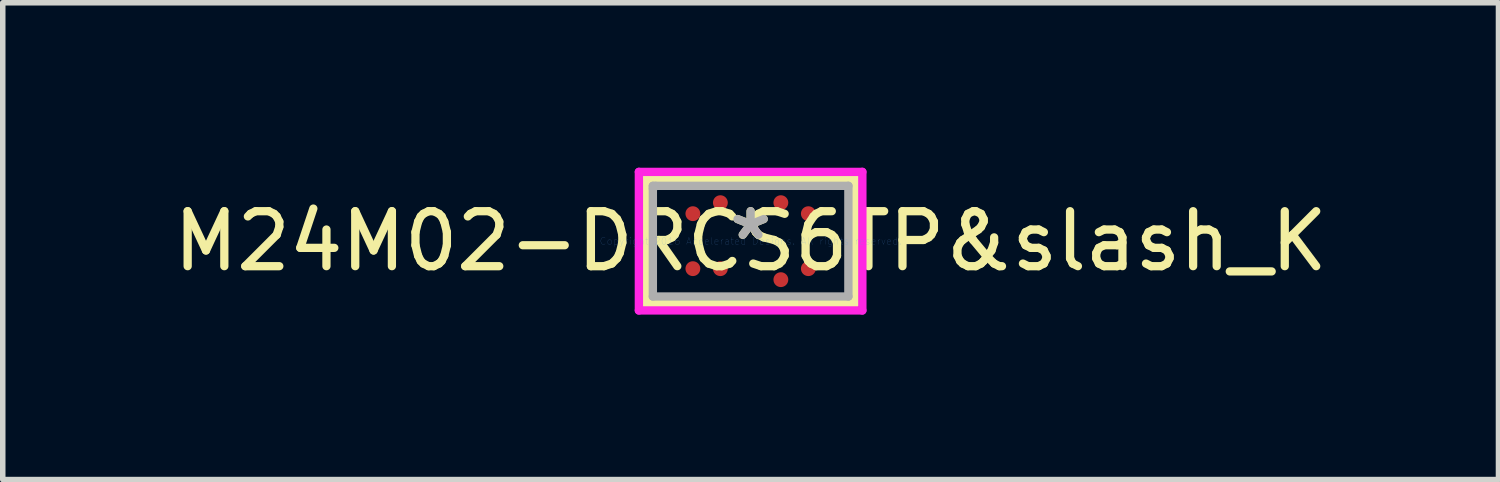
<source format=kicad_pcb>
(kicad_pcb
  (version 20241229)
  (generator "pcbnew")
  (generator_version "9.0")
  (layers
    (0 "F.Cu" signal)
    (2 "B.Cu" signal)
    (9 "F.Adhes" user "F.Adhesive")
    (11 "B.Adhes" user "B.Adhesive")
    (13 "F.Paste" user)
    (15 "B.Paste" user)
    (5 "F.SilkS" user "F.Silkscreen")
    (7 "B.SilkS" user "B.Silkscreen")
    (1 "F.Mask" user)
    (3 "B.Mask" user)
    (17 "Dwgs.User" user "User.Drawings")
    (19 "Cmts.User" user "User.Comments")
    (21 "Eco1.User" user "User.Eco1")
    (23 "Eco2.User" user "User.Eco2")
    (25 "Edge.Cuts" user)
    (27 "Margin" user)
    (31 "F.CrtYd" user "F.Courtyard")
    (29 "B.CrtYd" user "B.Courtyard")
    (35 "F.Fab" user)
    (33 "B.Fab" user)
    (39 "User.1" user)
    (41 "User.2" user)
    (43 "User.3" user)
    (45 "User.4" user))
  (footprint "M24M02-DRCS6TP&slash_K"
    (layer "F.Cu")
    (at 10.601 1.336)
    (property "Reference" "M24M02-DRCS6TP&slash_K" (at 0 0 0) (layer "F.SilkS") (effects (font (size 1 1) (thickness 0.15))))
    (attr through_hole)
    (fp_line (start -1.905 -1.133) (end -1.905 1.133) (stroke (width 0.152) (type solid)) (layer "F.SilkS"))
    (fp_line (start -1.905 1.133) (end 1.905 1.133) (stroke (width 0.152) (type solid)) (layer "F.SilkS"))
    (fp_line (start 1.905 -1.133) (end -1.905 -1.133) (stroke (width 0.152) (type solid)) (layer "F.SilkS"))
    (fp_line (start 1.905 1.133) (end 1.905 -1.133) (stroke (width 0.152) (type solid)) (layer "F.SilkS"))
    (fp_line (start -2.032 -1.26) (end 2.032 -1.26) (stroke (width 0.152) (type solid)) (layer "F.CrtYd"))
    (fp_line (start -2.032 1.26) (end -2.032 -1.26) (stroke (width 0.152) (type solid)) (layer "F.CrtYd"))
    (fp_line (start 2.032 -1.26) (end 2.032 1.26) (stroke (width 0.152) (type solid)) (layer "F.CrtYd"))
    (fp_line (start 2.032 1.26) (end -2.032 1.26) (stroke (width 0.152) (type solid)) (layer "F.CrtYd"))
    (fp_line (start -1.778 -1.006) (end -1.778 1.006) (stroke (width 0.152) (type solid)) (layer "F.Fab"))
    (fp_line (start -1.778 1.006) (end 1.778 1.006) (stroke (width 0.152) (type solid)) (layer "F.Fab"))
    (fp_line (start -1.728 -1.006) (end -1.778 -0.956) (stroke (width 0.152) (type solid)) (layer "F.Fab"))
    (fp_line (start 1.778 -1.006) (end -1.778 -1.006) (stroke (width 0.152) (type solid)) (layer "F.Fab"))
    (fp_line (start 1.778 1.006) (end 1.778 -1.006) (stroke (width 0.152) (type solid)) (layer "F.Fab"))
    (fp_text user "*" (at 0 0 0) (layer "F.SilkS") (effects (font (size 1 1) (thickness 0.15))))
    (fp_text user "Copyright 2016 Accelerated Designs. All rights reserved." (at 0 0 0) (layer "Cmts.User") (effects (font (size 0.127 0.127) (thickness 0.002))))
    (fp_text user "*" (at 0 0 0) (layer "F.Fab") (effects (font (size 1 1) (thickness 0.15))))
    (pad "A2" smd circle (at -1.05 0.5) (size 0.27 0.27) (layers "F.Cu" "F.Mask" "F.Paste"))
    (pad "A3" smd circle (at -1.05 -0.5) (size 0.27 0.27) (layers "F.Cu" "F.Mask" "F.Paste"))
    (pad "B2" smd circle (at -0.55 0.5) (size 0.27 0.27) (layers "F.Cu" "F.Mask" "F.Paste"))
    (pad "B4" smd circle (at -0.55 -0.7) (size 0.27 0.27) (layers "F.Cu" "F.Mask" "F.Paste"))
    (pad "C1" smd circle (at 0.55 0.7) (size 0.27 0.27) (layers "F.Cu" "F.Mask" "F.Paste"))
    (pad "C4" smd circle (at 0.55 -0.7) (size 0.27 0.27) (layers "F.Cu" "F.Mask" "F.Paste"))
    (pad "D2" smd circle (at 1.05 0.5) (size 0.27 0.27) (layers "F.Cu" "F.Mask" "F.Paste"))
    (pad "D3" smd circle (at 1.05 -0.5) (size 0.27 0.27) (layers "F.Cu" "F.Mask" "F.Paste")))
  (gr_rect
    (start -3 -3)
    (end 24.202 5.671)
    (stroke (width 0.1) (type default))
    (fill no)
    (layer "Edge.Cuts")))
</source>
